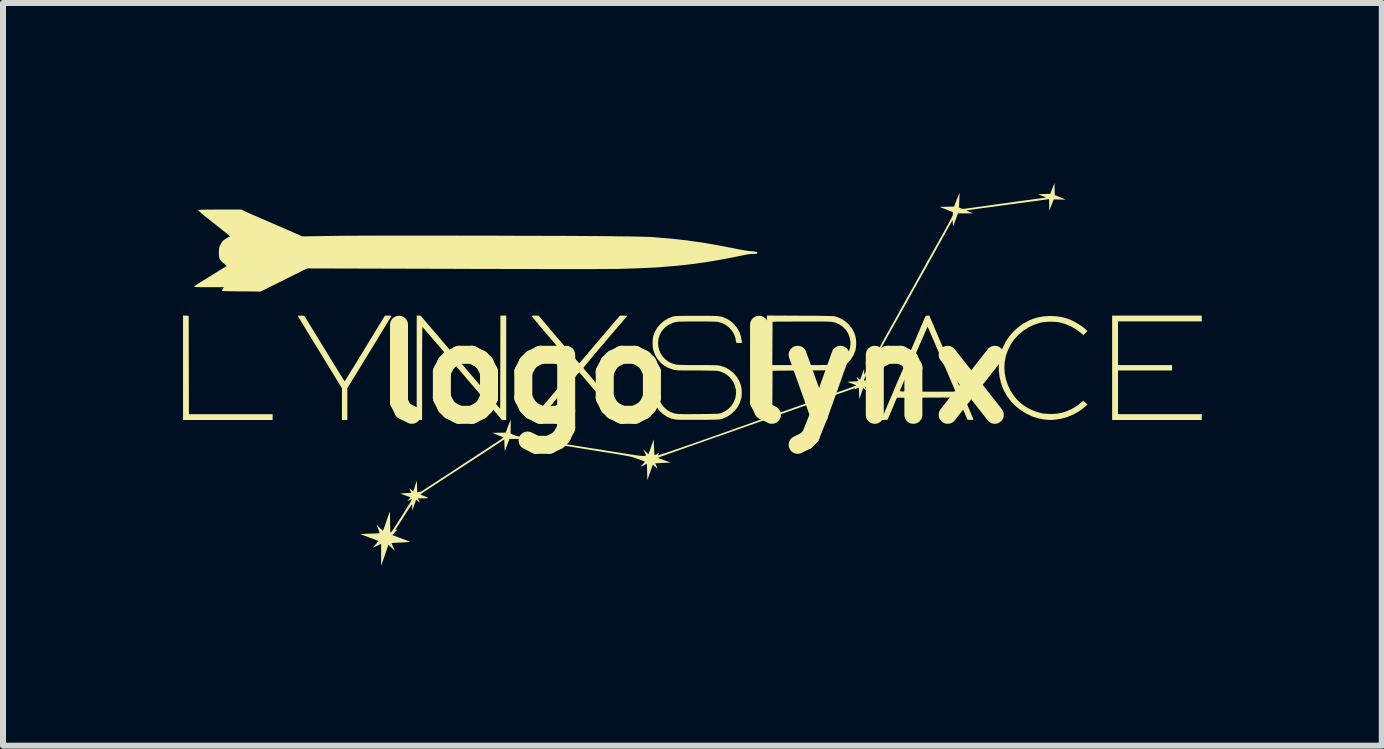
<source format=kicad_pcb>
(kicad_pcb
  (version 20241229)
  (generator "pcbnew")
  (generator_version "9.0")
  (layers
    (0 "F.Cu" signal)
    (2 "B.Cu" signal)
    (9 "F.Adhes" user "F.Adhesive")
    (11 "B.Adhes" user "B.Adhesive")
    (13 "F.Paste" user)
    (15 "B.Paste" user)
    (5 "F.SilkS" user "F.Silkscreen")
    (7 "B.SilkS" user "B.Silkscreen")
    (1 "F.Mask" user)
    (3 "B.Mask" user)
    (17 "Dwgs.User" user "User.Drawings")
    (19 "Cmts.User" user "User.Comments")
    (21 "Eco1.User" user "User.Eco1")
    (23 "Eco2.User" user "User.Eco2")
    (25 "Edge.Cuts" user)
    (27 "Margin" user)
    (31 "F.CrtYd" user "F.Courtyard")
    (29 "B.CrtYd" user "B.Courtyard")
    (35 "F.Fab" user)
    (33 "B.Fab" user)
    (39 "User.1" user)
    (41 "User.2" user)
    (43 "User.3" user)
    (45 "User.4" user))
  (footprint "logo lynx"
    (layer "F.Cu")
    (at 8.492 3.184)
    (property "Reference" "logo lynx" (at 0 0 0) (layer "F.SilkS") (effects (font (size 1.5 1.5) (thickness 0.3))))
    (attr board_only exclude_from_pos_files exclude_from_bom)
    (fp_poly (pts (xy -8.445 -0.974) (xy -8.398 -0.971) (xy -8.396 -0.152) (xy -8.394 0.668) (xy -7.696 0.668) (xy -6.999 0.668) (xy -6.999 0.716) (xy -6.999 0.765) (xy -7.745 0.765) (xy -8.492 0.765) (xy -8.492 -0.105) (xy -8.492 -0.976)) (stroke (width 0) (type solid)) (fill yes) (layer "F.SilkS"))
    (fp_poly (pts (xy 8.484 -0.926) (xy 8.484 -0.878) (xy 7.787 -0.878) (xy 7.089 -0.878) (xy 7.089 -0.514) (xy 7.089 -0.15) (xy 7.539 -0.15) (xy 7.989 -0.15) (xy 7.989 -0.105) (xy 7.989 -0.06) (xy 7.539 -0.06) (xy 7.089 -0.06) (xy 7.089 0.304) (xy 7.089 0.668) (xy 7.787 0.668) (xy 8.484 0.668) (xy 8.484 0.716) (xy 8.484 0.765) (xy 7.738 0.765) (xy 6.991 0.765) (xy 6.991 -0.105) (xy 6.991 -0.975) (xy 7.738 -0.975) (xy 8.484 -0.975)) (stroke (width 0) (type solid)) (fill yes) (layer "F.SilkS"))
    (fp_poly (pts (xy -4.234 -0.624) (xy -4.176 -0.555) (xy -4.109 -0.477) (xy -4.036 -0.392) (xy -3.959 -0.302) (xy -3.88 -0.209) (xy -3.8 -0.115) (xy -3.722 -0.023) (xy -3.646 0.065) (xy -3.577 0.147) (xy -3.571 0.153) (xy -3.207 0.58) (xy -3.205 -0.198) (xy -3.203 -0.975) (xy -3.154 -0.975) (xy -3.106 -0.975) (xy -3.106 -0.105) (xy -3.106 0.766) (xy -3.142 0.764) (xy -3.179 0.761) (xy -3.384 0.521) (xy -3.507 0.376) (xy -3.625 0.238) (xy -3.737 0.108) (xy -3.841 -0.015) (xy -3.94 -0.13) (xy -4.031 -0.237) (xy -4.114 -0.335) (xy -4.191 -0.424) (xy -4.259 -0.504) (xy -4.32 -0.574) (xy -4.372 -0.635) (xy -4.416 -0.686) (xy -4.451 -0.727) (xy -4.477 -0.757) (xy -4.494 -0.776) (xy -4.501 -0.784) (xy -4.501 -0.784) (xy -4.503 -0.778) (xy -4.504 -0.756) (xy -4.505 -0.721) (xy -4.505 -0.673) (xy -4.506 -0.611) (xy -4.507 -0.537) (xy -4.507 -0.451) (xy -4.508 -0.354) (xy -4.508 -0.245) (xy -4.508 -0.127) (xy -4.508 -0.012) (xy -4.508 0.765) (xy -4.553 0.765) (xy -4.598 0.765) (xy -4.598 -0.105) (xy -4.598 -0.975) (xy -4.566 -0.975) (xy -4.534 -0.975)) (stroke (width 0) (type solid)) (fill yes) (layer "F.SilkS"))
    (fp_poly (pts (xy -5.042 -0.974) (xy -5.026 -0.972) (xy -5.02 -0.968) (xy -5.02 -0.966) (xy -5.025 -0.958) (xy -5.036 -0.939) (xy -5.055 -0.908) (xy -5.079 -0.868) (xy -5.11 -0.818) (xy -5.145 -0.76) (xy -5.185 -0.695) (xy -5.229 -0.623) (xy -5.276 -0.545) (xy -5.326 -0.463) (xy -5.378 -0.378) (xy -5.389 -0.361) (xy -5.754 0.235) (xy -5.754 0.5) (xy -5.754 0.765) (xy -5.799 0.765) (xy -5.844 0.765) (xy -5.844 0.501) (xy -5.844 0.236) (xy -6.208 -0.36) (xy -6.261 -0.446) (xy -6.312 -0.529) (xy -6.36 -0.607) (xy -6.404 -0.68) (xy -6.445 -0.747) (xy -6.481 -0.807) (xy -6.512 -0.858) (xy -6.538 -0.901) (xy -6.558 -0.933) (xy -6.571 -0.955) (xy -6.577 -0.965) (xy -6.577 -0.966) (xy -6.576 -0.971) (xy -6.566 -0.974) (xy -6.545 -0.974) (xy -6.526 -0.974) (xy -6.471 -0.971) (xy -6.137 -0.426) (xy -6.086 -0.343) (xy -6.038 -0.265) (xy -5.993 -0.191) (xy -5.951 -0.123) (xy -5.913 -0.061) (xy -5.879 -0.007) (xy -5.85 0.039) (xy -5.828 0.076) (xy -5.811 0.102) (xy -5.801 0.117) (xy -5.799 0.12) (xy -5.794 0.114) (xy -5.783 0.096) (xy -5.765 0.066) (xy -5.74 0.027) (xy -5.71 -0.021) (xy -5.676 -0.077) (xy -5.636 -0.141) (xy -5.593 -0.211) (xy -5.547 -0.286) (xy -5.498 -0.366) (xy -5.461 -0.428) (xy -5.127 -0.975) (xy -5.072 -0.975)) (stroke (width 0) (type solid)) (fill yes) (layer "F.SilkS"))
    (fp_poly (pts (xy 6.053 -0.965) (xy 6.149 -0.951) (xy 6.238 -0.927) (xy 6.293 -0.906) (xy 6.351 -0.878) (xy 6.41 -0.846) (xy 6.465 -0.811) (xy 6.514 -0.776) (xy 6.552 -0.743) (xy 6.562 -0.734) (xy 6.579 -0.716) (xy 6.545 -0.683) (xy 6.512 -0.65) (xy 6.472 -0.684) (xy 6.388 -0.747) (xy 6.296 -0.799) (xy 6.2 -0.838) (xy 6.121 -0.86) (xy 6.054 -0.87) (xy 5.98 -0.873) (xy 5.904 -0.871) (xy 5.832 -0.863) (xy 5.782 -0.853) (xy 5.683 -0.82) (xy 5.593 -0.777) (xy 5.509 -0.722) (xy 5.43 -0.655) (xy 5.358 -0.576) (xy 5.299 -0.49) (xy 5.254 -0.399) (xy 5.221 -0.305) (xy 5.201 -0.207) (xy 5.195 -0.108) (xy 5.202 -0.008) (xy 5.222 0.091) (xy 5.255 0.188) (xy 5.301 0.282) (xy 5.361 0.372) (xy 5.393 0.411) (xy 5.456 0.475) (xy 5.531 0.532) (xy 5.615 0.581) (xy 5.706 0.621) (xy 5.8 0.649) (xy 5.802 0.65) (xy 5.85 0.658) (xy 5.906 0.662) (xy 5.968 0.664) (xy 6.029 0.663) (xy 6.084 0.658) (xy 6.129 0.65) (xy 6.227 0.621) (xy 6.319 0.58) (xy 6.404 0.53) (xy 6.472 0.476) (xy 6.508 0.444) (xy 6.545 0.476) (xy 6.581 0.507) (xy 6.533 0.549) (xy 6.447 0.615) (xy 6.352 0.67) (xy 6.25 0.713) (xy 6.144 0.743) (xy 6.054 0.757) (xy 6.008 0.762) (xy 5.971 0.764) (xy 5.936 0.763) (xy 5.896 0.76) (xy 5.87 0.758) (xy 5.764 0.739) (xy 5.662 0.707) (xy 5.564 0.661) (xy 5.471 0.604) (xy 5.386 0.537) (xy 5.31 0.46) (xy 5.244 0.374) (xy 5.19 0.28) (xy 5.179 0.258) (xy 5.142 0.161) (xy 5.117 0.057) (xy 5.103 -0.049) (xy 5.101 -0.109) (xy 5.108 -0.22) (xy 5.13 -0.328) (xy 5.164 -0.431) (xy 5.211 -0.529) (xy 5.27 -0.62) (xy 5.34 -0.703) (xy 5.421 -0.777) (xy 5.51 -0.841) (xy 5.609 -0.895) (xy 5.669 -0.92) (xy 5.757 -0.946) (xy 5.853 -0.962) (xy 5.952 -0.969)) (stroke (width 0) (type solid)) (fill yes) (layer "F.SilkS"))
    (fp_poly (pts (xy 4.31 -0.118) (xy 4.356 -0.01) (xy 4.4 0.094) (xy 4.442 0.193) (xy 4.483 0.287) (xy 4.52 0.375) (xy 4.554 0.456) (xy 4.585 0.529) (xy 4.612 0.593) (xy 4.635 0.648) (xy 4.654 0.692) (xy 4.668 0.724) (xy 4.676 0.745) (xy 4.679 0.752) (xy 4.68 0.759) (xy 4.674 0.763) (xy 4.66 0.764) (xy 4.634 0.764) (xy 4.632 0.764) (xy 4.581 0.761) (xy 4.502 0.576) (xy 4.424 0.39) (xy 3.914 0.392) (xy 3.404 0.394) (xy 3.327 0.578) (xy 3.249 0.761) (xy 3.196 0.764) (xy 3.144 0.766) (xy 3.155 0.737) (xy 3.164 0.718) (xy 3.177 0.686) (xy 3.195 0.643) (xy 3.217 0.591) (xy 3.243 0.53) (xy 3.272 0.461) (xy 3.304 0.386) (xy 3.339 0.305) (xy 3.348 0.283) (xy 3.453 0.283) (xy 3.455 0.285) (xy 3.463 0.287) (xy 3.479 0.288) (xy 3.502 0.289) (xy 3.535 0.29) (xy 3.578 0.291) (xy 3.631 0.292) (xy 3.697 0.292) (xy 3.775 0.292) (xy 3.867 0.293) (xy 3.915 0.293) (xy 4.381 0.293) (xy 4.371 0.268) (xy 4.344 0.206) (xy 4.315 0.138) (xy 4.284 0.065) (xy 4.251 -0.012) (xy 4.218 -0.091) (xy 4.183 -0.171) (xy 4.149 -0.251) (xy 4.115 -0.33) (xy 4.082 -0.407) (xy 4.051 -0.479) (xy 4.022 -0.547) (xy 3.995 -0.609) (xy 3.971 -0.664) (xy 3.951 -0.711) (xy 3.935 -0.747) (xy 3.924 -0.773) (xy 3.918 -0.787) (xy 3.917 -0.789) (xy 3.913 -0.783) (xy 3.904 -0.765) (xy 3.891 -0.735) (xy 3.873 -0.695) (xy 3.852 -0.646) (xy 3.827 -0.59) (xy 3.8 -0.528) (xy 3.77 -0.46) (xy 3.74 -0.389) (xy 3.708 -0.316) (xy 3.676 -0.241) (xy 3.644 -0.167) (xy 3.612 -0.094) (xy 3.582 -0.023) (xy 3.553 0.043) (xy 3.527 0.105) (xy 3.504 0.16) (xy 3.484 0.207) (xy 3.468 0.245) (xy 3.457 0.273) (xy 3.453 0.283) (xy 3.348 0.283) (xy 3.375 0.219) (xy 3.413 0.129) (xy 3.453 0.037) (xy 3.493 -0.056) (xy 3.533 -0.151) (xy 3.573 -0.244) (xy 3.612 -0.337) (xy 3.65 -0.426) (xy 3.687 -0.513) (xy 3.722 -0.594) (xy 3.754 -0.671) (xy 3.784 -0.74) (xy 3.81 -0.802) (xy 3.833 -0.855) (xy 3.852 -0.899) (xy 3.866 -0.932) (xy 3.875 -0.953) (xy 3.879 -0.961) (xy 3.879 -0.961) (xy 3.891 -0.972) (xy 3.913 -0.975) (xy 3.915 -0.975) (xy 3.944 -0.975)) (stroke (width 0) (type solid)) (fill yes) (layer "F.SilkS"))
    (fp_poly (pts (xy -2.231 -0.578) (xy -2.174 -0.512) (xy -2.121 -0.449) (xy -2.071 -0.39) (xy -2.026 -0.337) (xy -1.986 -0.29) (xy -1.952 -0.251) (xy -1.924 -0.219) (xy -1.904 -0.196) (xy -1.893 -0.184) (xy -1.89 -0.181) (xy -1.885 -0.186) (xy -1.871 -0.202) (xy -1.85 -0.225) (xy -1.825 -0.254) (xy -1.796 -0.288) (xy -1.793 -0.292) (xy -1.769 -0.32) (xy -1.736 -0.359) (xy -1.697 -0.405) (xy -1.652 -0.458) (xy -1.603 -0.515) (xy -1.552 -0.575) (xy -1.5 -0.636) (xy -1.455 -0.689) (xy -1.211 -0.975) (xy -1.149 -0.975) (xy -1.118 -0.975) (xy -1.101 -0.974) (xy -1.093 -0.971) (xy -1.093 -0.967) (xy -1.096 -0.962) (xy -1.103 -0.955) (xy -1.118 -0.936) (xy -1.142 -0.909) (xy -1.173 -0.872) (xy -1.21 -0.828) (xy -1.254 -0.778) (xy -1.302 -0.721) (xy -1.355 -0.659) (xy -1.411 -0.594) (xy -1.465 -0.53) (xy -1.523 -0.462) (xy -1.579 -0.397) (xy -1.63 -0.336) (xy -1.677 -0.28) (xy -1.718 -0.23) (xy -1.754 -0.187) (xy -1.783 -0.152) (xy -1.804 -0.126) (xy -1.817 -0.109) (xy -1.82 -0.102) (xy -1.814 -0.094) (xy -1.801 -0.076) (xy -1.781 -0.052) (xy -1.756 -0.023) (xy -1.746 -0.011) (xy -1.728 0.01) (xy -1.701 0.041) (xy -1.667 0.081) (xy -1.627 0.129) (xy -1.581 0.182) (xy -1.532 0.24) (xy -1.48 0.302) (xy -1.426 0.365) (xy -1.392 0.405) (xy -1.34 0.466) (xy -1.291 0.524) (xy -1.245 0.578) (xy -1.204 0.626) (xy -1.168 0.668) (xy -1.139 0.703) (xy -1.116 0.729) (xy -1.102 0.746) (xy -1.097 0.752) (xy -1.092 0.758) (xy -1.094 0.762) (xy -1.104 0.764) (xy -1.124 0.765) (xy -1.148 0.765) (xy -1.212 0.765) (xy -1.455 0.479) (xy -1.507 0.418) (xy -1.559 0.357) (xy -1.61 0.297) (xy -1.658 0.24) (xy -1.702 0.188) (xy -1.741 0.143) (xy -1.772 0.106) (xy -1.793 0.082) (xy -1.822 0.047) (xy -1.848 0.017) (xy -1.869 -0.006) (xy -1.884 -0.022) (xy -1.89 -0.029) (xy -1.89 -0.029) (xy -1.896 -0.023) (xy -1.91 -0.007) (xy -1.932 0.018) (xy -1.962 0.053) (xy -1.998 0.095) (xy -2.04 0.144) (xy -2.087 0.199) (xy -2.138 0.259) (xy -2.192 0.323) (xy -2.23 0.368) (xy -2.567 0.765) (xy -2.627 0.765) (xy -2.654 0.764) (xy -2.674 0.762) (xy -2.684 0.759) (xy -2.684 0.758) (xy -2.679 0.752) (xy -2.665 0.735) (xy -2.643 0.708) (xy -2.613 0.672) (xy -2.577 0.629) (xy -2.534 0.579) (xy -2.487 0.522) (xy -2.435 0.461) (xy -2.38 0.396) (xy -2.322 0.327) (xy -2.263 0.258) (xy -2.208 0.193) (xy -2.157 0.131) (xy -2.109 0.075) (xy -2.067 0.024) (xy -2.031 -0.019) (xy -2.002 -0.055) (xy -1.98 -0.082) (xy -1.966 -0.1) (xy -1.962 -0.107) (xy -1.966 -0.114) (xy -1.98 -0.132) (xy -2.002 -0.159) (xy -2.032 -0.195) (xy -2.068 -0.238) (xy -2.11 -0.288) (xy -2.157 -0.345) (xy -2.209 -0.406) (xy -2.265 -0.471) (xy -2.322 -0.539) (xy -2.38 -0.607) (xy -2.436 -0.672) (xy -2.487 -0.733) (xy -2.535 -0.789) (xy -2.577 -0.839) (xy -2.613 -0.883) (xy -2.643 -0.918) (xy -2.665 -0.945) (xy -2.679 -0.962) (xy -2.684 -0.968) (xy -2.679 -0.972) (xy -2.661 -0.974) (xy -2.633 -0.975) (xy -2.627 -0.975) (xy -2.567 -0.975)) (stroke (width 0) (type solid)) (fill yes) (layer "F.SilkS"))
    (fp_poly (pts (xy 0.228 -0.971) (xy 0.29 -0.971) (xy 0.341 -0.97) (xy 0.383 -0.968) (xy 0.418 -0.966) (xy 0.447 -0.963) (xy 0.471 -0.959) (xy 0.492 -0.954) (xy 0.511 -0.947) (xy 0.53 -0.939) (xy 0.551 -0.93) (xy 0.561 -0.925) (xy 0.631 -0.884) (xy 0.691 -0.832) (xy 0.741 -0.77) (xy 0.78 -0.701) (xy 0.806 -0.624) (xy 0.816 -0.568) (xy 0.822 -0.518) (xy 0.775 -0.518) (xy 0.752 -0.518) (xy 0.737 -0.52) (xy 0.728 -0.527) (xy 0.723 -0.541) (xy 0.719 -0.566) (xy 0.716 -0.585) (xy 0.711 -0.609) (xy 0.7 -0.64) (xy 0.687 -0.67) (xy 0.687 -0.671) (xy 0.651 -0.729) (xy 0.603 -0.78) (xy 0.547 -0.822) (xy 0.485 -0.853) (xy 0.42 -0.87) (xy 0.399 -0.872) (xy 0.366 -0.874) (xy 0.322 -0.875) (xy 0.269 -0.876) (xy 0.21 -0.877) (xy 0.146 -0.877) (xy 0.08 -0.877) (xy 0.013 -0.877) (xy -0.051 -0.877) (xy -0.111 -0.876) (xy -0.165 -0.875) (xy -0.21 -0.874) (xy -0.245 -0.872) (xy -0.268 -0.87) (xy -0.27 -0.87) (xy -0.33 -0.854) (xy -0.39 -0.827) (xy -0.445 -0.79) (xy -0.474 -0.764) (xy -0.519 -0.709) (xy -0.55 -0.649) (xy -0.569 -0.586) (xy -0.576 -0.522) (xy -0.571 -0.458) (xy -0.555 -0.396) (xy -0.529 -0.338) (xy -0.492 -0.284) (xy -0.446 -0.238) (xy -0.391 -0.2) (xy -0.327 -0.172) (xy -0.286 -0.161) (xy -0.27 -0.158) (xy -0.248 -0.156) (xy -0.219 -0.154) (xy -0.182 -0.153) (xy -0.135 -0.152) (xy -0.078 -0.151) (xy -0.009 -0.15) (xy 0.074 -0.15) (xy 0.091 -0.15) (xy 0.17 -0.15) (xy 0.236 -0.15) (xy 0.291 -0.15) (xy 0.335 -0.149) (xy 0.37 -0.148) (xy 0.398 -0.147) (xy 0.42 -0.145) (xy 0.439 -0.143) (xy 0.454 -0.14) (xy 0.47 -0.137) (xy 0.476 -0.135) (xy 0.55 -0.109) (xy 0.619 -0.069) (xy 0.68 -0.019) (xy 0.732 0.041) (xy 0.774 0.108) (xy 0.803 0.182) (xy 0.806 0.194) (xy 0.815 0.241) (xy 0.819 0.294) (xy 0.818 0.348) (xy 0.813 0.395) (xy 0.81 0.406) (xy 0.785 0.482) (xy 0.748 0.552) (xy 0.698 0.614) (xy 0.638 0.669) (xy 0.569 0.713) (xy 0.491 0.746) (xy 0.488 0.747) (xy 0.477 0.75) (xy 0.464 0.753) (xy 0.448 0.755) (xy 0.428 0.757) (xy 0.401 0.758) (xy 0.367 0.759) (xy 0.325 0.76) (xy 0.272 0.761) (xy 0.208 0.762) (xy 0.13 0.762) (xy 0.101 0.762) (xy 0.029 0.762) (xy -0.039 0.762) (xy -0.103 0.762) (xy -0.159 0.762) (xy -0.208 0.761) (xy -0.245 0.76) (xy -0.271 0.759) (xy -0.282 0.758) (xy -0.359 0.74) (xy -0.43 0.709) (xy -0.495 0.665) (xy -0.537 0.627) (xy -0.583 0.573) (xy -0.62 0.513) (xy -0.647 0.449) (xy -0.664 0.385) (xy -0.668 0.337) (xy -0.668 0.308) (xy -0.624 0.308) (xy -0.581 0.308) (xy -0.571 0.363) (xy -0.552 0.432) (xy -0.521 0.495) (xy -0.478 0.551) (xy -0.427 0.597) (xy -0.367 0.633) (xy -0.3 0.656) (xy -0.296 0.657) (xy -0.282 0.659) (xy -0.264 0.662) (xy -0.243 0.664) (xy -0.217 0.665) (xy -0.184 0.666) (xy -0.143 0.667) (xy -0.092 0.667) (xy -0.03 0.667) (xy 0.044 0.666) (xy 0.098 0.666) (xy 0.179 0.665) (xy 0.246 0.665) (xy 0.301 0.664) (xy 0.345 0.663) (xy 0.38 0.662) (xy 0.408 0.661) (xy 0.429 0.659) (xy 0.445 0.657) (xy 0.458 0.655) (xy 0.469 0.652) (xy 0.48 0.648) (xy 0.482 0.647) (xy 0.548 0.615) (xy 0.605 0.572) (xy 0.652 0.521) (xy 0.688 0.462) (xy 0.712 0.398) (xy 0.723 0.33) (xy 0.721 0.26) (xy 0.707 0.199) (xy 0.68 0.134) (xy 0.641 0.077) (xy 0.591 0.027) (xy 0.534 -0.012) (xy 0.471 -0.04) (xy 0.42 -0.052) (xy 0.402 -0.054) (xy 0.37 -0.056) (xy 0.327 -0.057) (xy 0.275 -0.058) (xy 0.215 -0.059) (xy 0.148 -0.06) (xy 0.078 -0.06) (xy 0.052 -0.06) (xy -0.027 -0.06) (xy -0.092 -0.06) (xy -0.146 -0.061) (xy -0.189 -0.061) (xy -0.224 -0.062) (xy -0.251 -0.064) (xy -0.273 -0.065) (xy -0.291 -0.068) (xy -0.307 -0.07) (xy -0.322 -0.074) (xy -0.324 -0.075) (xy -0.404 -0.102) (xy -0.475 -0.142) (xy -0.536 -0.192) (xy -0.587 -0.253) (xy -0.628 -0.323) (xy -0.655 -0.402) (xy -0.656 -0.403) (xy -0.663 -0.443) (xy -0.667 -0.492) (xy -0.667 -0.543) (xy -0.663 -0.591) (xy -0.657 -0.63) (xy -0.629 -0.705) (xy -0.589 -0.774) (xy -0.537 -0.835) (xy -0.476 -0.887) (xy -0.406 -0.929) (xy -0.338 -0.956) (xy -0.326 -0.959) (xy -0.314 -0.962) (xy -0.299 -0.965) (xy -0.282 -0.966) (xy -0.26 -0.968) (xy -0.232 -0.969) (xy -0.196 -0.97) (xy -0.152 -0.97) (xy -0.097 -0.971) (xy -0.03 -0.971) (xy 0.05 -0.971) (xy 0.068 -0.971) (xy 0.155 -0.971)) (stroke (width 0) (type solid)) (fill yes) (layer "F.SilkS"))
    (fp_poly (pts (xy -7.471 -2.718) (xy -7.438 -2.702) (xy -7.399 -2.685) (xy -7.37 -2.672) (xy -7.345 -2.661) (xy -7.311 -2.646) (xy -7.269 -2.628) (xy -7.225 -2.609) (xy -7.194 -2.596) (xy -7.137 -2.571) (xy -7.09 -2.55) (xy -7.047 -2.532) (xy -7.005 -2.513) (xy -6.96 -2.494) (xy -6.913 -2.473) (xy -6.857 -2.449) (xy -6.799 -2.424) (xy -6.741 -2.399) (xy -6.685 -2.375) (xy -6.636 -2.353) (xy -6.594 -2.335) (xy -6.564 -2.322) (xy -6.563 -2.321) (xy -6.506 -2.295) (xy -5.97 -2.303) (xy -5.899 -2.304) (xy -5.813 -2.305) (xy -5.713 -2.306) (xy -5.6 -2.306) (xy -5.473 -2.307) (xy -5.334 -2.307) (xy -5.184 -2.308) (xy -5.021 -2.308) (xy -4.848 -2.308) (xy -4.664 -2.308) (xy -4.47 -2.308) (xy -4.266 -2.308) (xy -4.054 -2.308) (xy -3.833 -2.307) (xy -3.604 -2.307) (xy -3.443 -2.307) (xy -3.186 -2.306) (xy -2.944 -2.305) (xy -2.717 -2.305) (xy -2.503 -2.304) (xy -2.302 -2.303) (xy -2.115 -2.303) (xy -1.941 -2.302) (xy -1.78 -2.301) (xy -1.63 -2.3) (xy -1.492 -2.299) (xy -1.366 -2.298) (xy -1.251 -2.296) (xy -1.146 -2.295) (xy -1.052 -2.294) (xy -0.968 -2.292) (xy -0.893 -2.291) (xy -0.828 -2.289) (xy -0.772 -2.288) (xy -0.724 -2.286) (xy -0.685 -2.284) (xy -0.653 -2.282) (xy -0.634 -2.28) (xy -0.595 -2.277) (xy -0.548 -2.273) (xy -0.499 -2.268) (xy -0.461 -2.266) (xy -0.337 -2.255) (xy -0.216 -2.242) (xy -0.104 -2.229) (xy -0.019 -2.217) (xy 0.022 -2.211) (xy 0.066 -2.205) (xy 0.105 -2.199) (xy 0.116 -2.198) (xy 0.153 -2.193) (xy 0.201 -2.185) (xy 0.261 -2.175) (xy 0.329 -2.163) (xy 0.403 -2.15) (xy 0.481 -2.135) (xy 0.561 -2.12) (xy 0.642 -2.105) (xy 0.72 -2.089) (xy 0.78 -2.077) (xy 0.829 -2.068) (xy 0.882 -2.059) (xy 0.933 -2.052) (xy 0.976 -2.048) (xy 0.978 -2.048) (xy 1.021 -2.044) (xy 1.051 -2.04) (xy 1.069 -2.035) (xy 1.078 -2.028) (xy 1.079 -2.019) (xy 1.078 -2.015) (xy 1.072 -2.009) (xy 1.06 -2.005) (xy 1.038 -2.003) (xy 1.011 -2.003) (xy 0.967 -2.001) (xy 0.914 -1.994) (xy 0.859 -1.984) (xy 0.676 -1.946) (xy 0.504 -1.913) (xy 0.342 -1.885) (xy 0.188 -1.86) (xy 0.037 -1.839) (xy -0.111 -1.821) (xy -0.259 -1.806) (xy -0.323 -1.8) (xy -0.37 -1.796) (xy -0.423 -1.792) (xy -0.474 -1.788) (xy -0.503 -1.785) (xy -0.568 -1.78) (xy -0.646 -1.775) (xy -0.738 -1.771) (xy -0.843 -1.766) (xy -0.963 -1.762) (xy -1.097 -1.757) (xy -1.166 -1.755) (xy -1.2 -1.754) (xy -1.241 -1.753) (xy -1.29 -1.753) (xy -1.347 -1.752) (xy -1.413 -1.752) (xy -1.487 -1.751) (xy -1.571 -1.751) (xy -1.665 -1.75) (xy -1.769 -1.75) (xy -1.883 -1.75) (xy -2.008 -1.75) (xy -2.144 -1.75) (xy -2.292 -1.75) (xy -2.452 -1.75) (xy -2.624 -1.751) (xy -2.809 -1.751) (xy -3.007 -1.751) (xy -3.219 -1.752) (xy -3.444 -1.752) (xy -3.684 -1.753) (xy -3.938 -1.754) (xy -3.938 -1.754) (xy -6.425 -1.761) (xy -6.813 -1.567) (xy -6.884 -1.532) (xy -6.95 -1.498) (xy -7.012 -1.468) (xy -7.067 -1.441) (xy -7.114 -1.417) (xy -7.152 -1.398) (xy -7.181 -1.385) (xy -7.198 -1.377) (xy -7.203 -1.375) (xy -7.211 -1.375) (xy -7.232 -1.375) (xy -7.265 -1.376) (xy -7.308 -1.377) (xy -7.361 -1.377) (xy -7.42 -1.378) (xy -7.485 -1.378) (xy -7.526 -1.378) (xy -7.594 -1.379) (xy -7.656 -1.38) (xy -7.713 -1.381) (xy -7.761 -1.382) (xy -7.8 -1.383) (xy -7.828 -1.385) (xy -7.844 -1.386) (xy -7.847 -1.387) (xy -7.843 -1.396) (xy -7.833 -1.413) (xy -7.828 -1.42) (xy -7.809 -1.448) (xy -8.057 -1.448) (xy -8.126 -1.448) (xy -8.182 -1.448) (xy -8.226 -1.449) (xy -8.258 -1.45) (xy -8.281 -1.451) (xy -8.295 -1.453) (xy -8.303 -1.455) (xy -8.304 -1.458) (xy -8.298 -1.465) (xy -8.282 -1.478) (xy -8.257 -1.496) (xy -8.227 -1.515) (xy -8.227 -1.515) (xy -8.193 -1.536) (xy -8.15 -1.563) (xy -8.104 -1.591) (xy -8.059 -1.619) (xy -8.042 -1.63) (xy -7.998 -1.657) (xy -7.951 -1.686) (xy -7.906 -1.714) (xy -7.867 -1.739) (xy -7.854 -1.746) (xy -7.823 -1.766) (xy -7.797 -1.782) (xy -7.778 -1.794) (xy -7.769 -1.8) (xy -7.769 -1.801) (xy -7.772 -1.807) (xy -7.784 -1.82) (xy -7.804 -1.838) (xy -7.812 -1.844) (xy -7.846 -1.873) (xy -7.869 -1.9) (xy -7.884 -1.928) (xy -7.892 -1.961) (xy -7.895 -2.005) (xy -7.895 -2.025) (xy -7.894 -2.064) (xy -7.892 -2.092) (xy -7.887 -2.114) (xy -7.88 -2.135) (xy -7.875 -2.145) (xy -7.85 -2.192) (xy -7.82 -2.227) (xy -7.782 -2.254) (xy -7.778 -2.256) (xy -7.758 -2.268) (xy -7.745 -2.278) (xy -7.742 -2.282) (xy -7.735 -2.287) (xy -7.727 -2.288) (xy -7.714 -2.291) (xy -7.712 -2.294) (xy -7.712 -2.296) (xy -7.713 -2.298) (xy -7.716 -2.301) (xy -7.721 -2.307) (xy -7.73 -2.314) (xy -7.742 -2.325) (xy -7.76 -2.339) (xy -7.783 -2.358) (xy -7.813 -2.382) (xy -7.85 -2.412) (xy -7.895 -2.448) (xy -7.949 -2.491) (xy -8.013 -2.541) (xy -8.087 -2.6) (xy -8.142 -2.643) (xy -8.175 -2.67) (xy -8.203 -2.695) (xy -8.225 -2.714) (xy -8.239 -2.728) (xy -8.242 -2.734) (xy -8.236 -2.736) (xy -8.219 -2.737) (xy -8.191 -2.739) (xy -8.15 -2.74) (xy -8.097 -2.741) (xy -8.031 -2.741) (xy -7.95 -2.742) (xy -7.88 -2.742) (xy -7.52 -2.742)) (stroke (width 0) (type solid)) (fill yes) (layer "F.SilkS"))
    (fp_poly (pts (xy 6.032 -3.084) (xy 6.035 -2.983) (xy 6.124 -2.947) (xy 6.158 -2.933) (xy 6.186 -2.922) (xy 6.206 -2.913) (xy 6.215 -2.909) (xy 6.215 -2.909) (xy 6.209 -2.908) (xy 6.191 -2.908) (xy 6.162 -2.908) (xy 6.127 -2.909) (xy 6.118 -2.909) (xy 6.018 -2.912) (xy 5.98 -2.815) (xy 5.942 -2.719) (xy 5.942 -2.819) (xy 5.941 -2.859) (xy 5.941 -2.887) (xy 5.939 -2.904) (xy 5.937 -2.913) (xy 5.933 -2.916) (xy 5.926 -2.915) (xy 5.924 -2.915) (xy 5.918 -2.914) (xy 5.911 -2.912) (xy 5.903 -2.911) (xy 5.891 -2.909) (xy 5.876 -2.907) (xy 5.855 -2.904) (xy 5.83 -2.9) (xy 5.797 -2.896) (xy 5.757 -2.89) (xy 5.709 -2.884) (xy 5.651 -2.876) (xy 5.582 -2.867) (xy 5.503 -2.856) (xy 5.411 -2.844) (xy 5.306 -2.83) (xy 5.21 -2.817) (xy 5.114 -2.804) (xy 5.021 -2.791) (xy 4.935 -2.779) (xy 4.854 -2.769) (xy 4.781 -2.759) (xy 4.717 -2.75) (xy 4.663 -2.742) (xy 4.619 -2.736) (xy 4.587 -2.731) (xy 4.568 -2.729) (xy 4.563 -2.728) (xy 4.568 -2.724) (xy 4.584 -2.716) (xy 4.608 -2.705) (xy 4.615 -2.702) (xy 4.67 -2.679) (xy 4.546 -2.678) (xy 4.422 -2.678) (xy 4.381 -2.568) (xy 4.34 -2.459) (xy 4.336 -2.514) (xy 4.332 -2.569) (xy 4.13 -2.205) (xy 4.098 -2.148) (xy 4.06 -2.079) (xy 4.015 -1.999) (xy 3.965 -1.909) (xy 3.911 -1.811) (xy 3.853 -1.707) (xy 3.791 -1.597) (xy 3.727 -1.482) (xy 3.661 -1.364) (xy 3.594 -1.243) (xy 3.527 -1.122) (xy 3.459 -1.002) (xy 3.393 -0.883) (xy 3.328 -0.767) (xy 3.265 -0.655) (xy 3.206 -0.548) (xy 3.15 -0.448) (xy 3.098 -0.355) (xy 3.051 -0.272) (xy 3.01 -0.198) (xy 2.975 -0.137) (xy 2.968 -0.123) (xy 2.937 -0.067) (xy 2.91 -0.018) (xy 2.888 0.025) (xy 2.872 0.058) (xy 2.861 0.081) (xy 2.858 0.093) (xy 2.859 0.106) (xy 2.863 0.111) (xy 2.874 0.109) (xy 2.892 0.102) (xy 2.919 0.09) (xy 2.903 0.112) (xy 2.893 0.127) (xy 2.888 0.136) (xy 2.888 0.137) (xy 2.895 0.141) (xy 2.913 0.148) (xy 2.939 0.159) (xy 2.967 0.169) (xy 3.002 0.183) (xy 3.026 0.194) (xy 3.037 0.201) (xy 3.036 0.204) (xy 3.025 0.206) (xy 3.003 0.208) (xy 2.973 0.21) (xy 2.95 0.21) (xy 2.918 0.21) (xy 2.893 0.211) (xy 2.877 0.213) (xy 2.873 0.214) (xy 2.876 0.223) (xy 2.884 0.24) (xy 2.888 0.248) (xy 2.897 0.268) (xy 2.898 0.276) (xy 2.889 0.272) (xy 2.871 0.257) (xy 2.868 0.254) (xy 2.852 0.24) (xy 2.843 0.237) (xy 2.84 0.241) (xy 2.836 0.252) (xy 2.828 0.274) (xy 2.817 0.303) (xy 2.807 0.334) (xy 2.777 0.416) (xy 2.774 0.325) (xy 2.773 0.289) (xy 2.771 0.26) (xy 2.769 0.238) (xy 2.767 0.229) (xy 2.767 0.229) (xy 2.758 0.229) (xy 2.741 0.235) (xy 2.732 0.24) (xy 2.708 0.251) (xy 2.697 0.254) (xy 2.696 0.25) (xy 2.701 0.244) (xy 2.707 0.235) (xy 2.707 0.233) (xy 2.699 0.235) (xy 2.679 0.242) (xy 2.647 0.253) (xy 2.604 0.268) (xy 2.552 0.287) (xy 2.492 0.308) (xy 2.424 0.332) (xy 2.35 0.358) (xy 2.272 0.385) (xy 2.19 0.414) (xy 2.105 0.444) (xy 2.02 0.474) (xy 1.934 0.505) (xy 1.849 0.535) (xy 1.766 0.564) (xy 1.687 0.592) (xy 1.612 0.618) (xy 1.543 0.643) (xy 1.481 0.665) (xy 1.427 0.684) (xy 1.425 0.685) (xy 1.387 0.698) (xy 1.361 0.709) (xy 1.344 0.717) (xy 1.335 0.724) (xy 1.33 0.732) (xy 1.329 0.738) (xy 1.327 0.748) (xy 1.322 0.754) (xy 1.31 0.757) (xy 1.289 0.758) (xy 1.274 0.758) (xy 1.259 0.758) (xy 1.244 0.759) (xy 1.228 0.762) (xy 1.208 0.767) (xy 1.182 0.774) (xy 1.151 0.784) (xy 1.11 0.798) (xy 1.06 0.815) (xy 0.999 0.837) (xy 0.958 0.851) (xy 0.897 0.872) (xy 0.826 0.898) (xy 0.745 0.926) (xy 0.658 0.957) (xy 0.567 0.989) (xy 0.476 1.021) (xy 0.385 1.052) (xy 0.299 1.083) (xy 0.289 1.086) (xy 0.159 1.132) (xy 0.043 1.173) (xy -0.06 1.209) (xy -0.151 1.241) (xy -0.231 1.269) (xy -0.3 1.294) (xy -0.36 1.315) (xy -0.411 1.333) (xy -0.453 1.348) (xy -0.487 1.36) (xy -0.515 1.37) (xy -0.536 1.378) (xy -0.551 1.384) (xy -0.562 1.389) (xy -0.569 1.392) (xy -0.573 1.394) (xy -0.574 1.395) (xy -0.574 1.396) (xy -0.566 1.4) (xy -0.547 1.408) (xy -0.518 1.419) (xy -0.483 1.432) (xy -0.468 1.437) (xy -0.365 1.474) (xy -0.491 1.48) (xy -0.533 1.482) (xy -0.569 1.484) (xy -0.598 1.486) (xy -0.616 1.487) (xy -0.621 1.488) (xy -0.619 1.496) (xy -0.612 1.513) (xy -0.604 1.529) (xy -0.594 1.551) (xy -0.587 1.567) (xy -0.585 1.572) (xy -0.59 1.57) (xy -0.604 1.56) (xy -0.623 1.544) (xy -0.625 1.543) (xy -0.664 1.509) (xy -0.709 1.638) (xy -0.754 1.767) (xy -0.758 1.63) (xy -0.761 1.494) (xy -0.812 1.519) (xy -0.836 1.531) (xy -0.854 1.538) (xy -0.862 1.54) (xy -0.863 1.54) (xy -0.858 1.532) (xy -0.845 1.517) (xy -0.827 1.499) (xy -0.81 1.48) (xy -0.799 1.466) (xy -0.797 1.459) (xy -0.797 1.459) (xy -0.805 1.455) (xy -0.825 1.447) (xy -0.854 1.436) (xy -0.89 1.422) (xy -0.916 1.413) (xy -0.936 1.406) (xy -0.953 1.399) (xy -0.97 1.394) (xy -0.987 1.388) (xy -1.005 1.383) (xy -1.025 1.378) (xy -1.048 1.373) (xy -1.075 1.367) (xy -1.108 1.361) (xy -1.146 1.354) (xy -1.191 1.346) (xy -1.244 1.337) (xy -1.306 1.327) (xy -1.378 1.315) (xy -1.461 1.302) (xy -1.556 1.287) (xy -1.663 1.269) (xy -1.785 1.25) (xy -1.789 1.249) (xy -1.818 1.245) (xy -1.861 1.238) (xy -1.915 1.229) (xy -1.978 1.219) (xy -2.049 1.207) (xy -2.127 1.195) (xy -2.209 1.181) (xy -2.293 1.168) (xy -2.37 1.155) (xy -2.465 1.14) (xy -2.546 1.127) (xy -2.616 1.116) (xy -2.675 1.106) (xy -2.724 1.099) (xy -2.766 1.093) (xy -2.8 1.089) (xy -2.83 1.085) (xy -2.856 1.083) (xy -2.879 1.081) (xy -2.901 1.081) (xy -2.923 1.08) (xy -2.941 1.08) (xy -3.052 1.08) (xy -3.081 1.157) (xy -3.095 1.192) (xy -3.107 1.225) (xy -3.117 1.251) (xy -3.121 1.263) (xy -3.126 1.274) (xy -3.129 1.279) (xy -3.131 1.275) (xy -3.132 1.262) (xy -3.134 1.237) (xy -3.135 1.199) (xy -3.136 1.19) (xy -3.139 1.088) (xy -3.271 1.175) (xy -3.358 1.233) (xy -3.457 1.297) (xy -3.564 1.367) (xy -3.678 1.442) (xy -3.798 1.52) (xy -3.921 1.6) (xy -4.046 1.681) (xy -4.17 1.762) (xy -4.197 1.78) (xy -4.26 1.821) (xy -4.319 1.859) (xy -4.373 1.895) (xy -4.421 1.926) (xy -4.462 1.953) (xy -4.495 1.975) (xy -4.517 1.99) (xy -4.528 1.998) (xy -4.53 1.999) (xy -4.532 2.004) (xy -4.526 2.01) (xy -4.51 2.018) (xy -4.482 2.029) (xy -4.471 2.033) (xy -4.443 2.044) (xy -4.421 2.054) (xy -4.409 2.061) (xy -4.408 2.064) (xy -4.416 2.066) (xy -4.437 2.069) (xy -4.466 2.07) (xy -4.494 2.07) (xy -4.527 2.071) (xy -4.554 2.072) (xy -4.571 2.073) (xy -4.576 2.074) (xy -4.573 2.083) (xy -4.565 2.1) (xy -4.561 2.108) (xy -4.552 2.126) (xy -4.549 2.137) (xy -4.549 2.138) (xy -4.557 2.133) (xy -4.571 2.122) (xy -4.579 2.115) (xy -4.596 2.101) (xy -4.605 2.097) (xy -4.61 2.102) (xy -4.61 2.104) (xy -4.615 2.115) (xy -4.623 2.138) (xy -4.634 2.167) (xy -4.644 2.196) (xy -4.673 2.277) (xy -4.673 2.221) (xy -4.674 2.193) (xy -4.675 2.177) (xy -4.678 2.172) (xy -4.683 2.175) (xy -4.684 2.176) (xy -4.69 2.185) (xy -4.704 2.205) (xy -4.723 2.234) (xy -4.747 2.271) (xy -4.775 2.314) (xy -4.805 2.362) (xy -4.82 2.385) (xy -4.851 2.435) (xy -4.88 2.48) (xy -4.905 2.52) (xy -4.927 2.553) (xy -4.942 2.577) (xy -4.951 2.591) (xy -4.953 2.594) (xy -4.956 2.6) (xy -4.948 2.599) (xy -4.939 2.595) (xy -4.917 2.587) (xy -4.944 2.616) (xy -4.963 2.637) (xy -4.981 2.657) (xy -4.987 2.664) (xy -5.004 2.683) (xy -4.854 2.738) (xy -4.81 2.755) (xy -4.771 2.769) (xy -4.74 2.782) (xy -4.718 2.791) (xy -4.707 2.796) (xy -4.707 2.796) (xy -4.715 2.797) (xy -4.735 2.799) (xy -4.766 2.801) (xy -4.806 2.804) (xy -4.851 2.806) (xy -4.862 2.807) (xy -4.908 2.809) (xy -4.949 2.811) (xy -4.982 2.813) (xy -5.005 2.815) (xy -5.016 2.816) (xy -5.017 2.816) (xy -5.015 2.824) (xy -5.008 2.841) (xy -4.997 2.866) (xy -4.992 2.877) (xy -4.98 2.904) (xy -4.971 2.925) (xy -4.966 2.938) (xy -4.966 2.939) (xy -4.971 2.936) (xy -4.984 2.925) (xy -5.003 2.907) (xy -5.018 2.893) (xy -5.069 2.841) (xy -5.104 2.945) (xy -5.119 2.99) (xy -5.135 3.038) (xy -5.151 3.082) (xy -5.163 3.118) (xy -5.164 3.121) (xy -5.19 3.192) (xy -5.191 3.01) (xy -5.191 2.828) (xy -5.259 2.862) (xy -5.287 2.876) (xy -5.309 2.886) (xy -5.323 2.891) (xy -5.326 2.891) (xy -5.321 2.884) (xy -5.309 2.868) (xy -5.291 2.847) (xy -5.28 2.835) (xy -5.26 2.812) (xy -5.245 2.794) (xy -5.237 2.782) (xy -5.237 2.78) (xy -5.244 2.777) (xy -5.264 2.769) (xy -5.293 2.758) (xy -5.331 2.744) (xy -5.374 2.728) (xy -5.389 2.722) (xy -5.539 2.667) (xy -5.461 2.662) (xy -5.416 2.66) (xy -5.365 2.658) (xy -5.317 2.657) (xy -5.302 2.656) (xy -5.269 2.655) (xy -5.242 2.654) (xy -5.223 2.651) (xy -5.218 2.649) (xy -5.219 2.639) (xy -5.225 2.62) (xy -5.234 2.593) (xy -5.24 2.581) (xy -5.251 2.553) (xy -5.26 2.53) (xy -5.265 2.517) (xy -5.266 2.514) (xy -5.261 2.517) (xy -5.248 2.529) (xy -5.229 2.547) (xy -5.214 2.562) (xy -5.191 2.583) (xy -5.173 2.6) (xy -5.162 2.609) (xy -5.159 2.61) (xy -5.156 2.602) (xy -5.149 2.582) (xy -5.138 2.553) (xy -5.125 2.515) (xy -5.11 2.472) (xy -5.105 2.457) (xy -5.09 2.411) (xy -5.075 2.37) (xy -5.063 2.336) (xy -5.054 2.311) (xy -5.049 2.297) (xy -5.048 2.295) (xy -5.046 2.299) (xy -5.044 2.316) (xy -5.043 2.345) (xy -5.042 2.385) (xy -5.041 2.433) (xy -5.041 2.462) (xy -5.041 2.512) (xy -5.04 2.557) (xy -5.039 2.594) (xy -5.038 2.621) (xy -5.036 2.637) (xy -5.035 2.641) (xy -5.025 2.635) (xy -5.017 2.627) (xy -5.009 2.617) (xy -4.995 2.596) (xy -4.975 2.566) (xy -4.951 2.528) (xy -4.923 2.485) (xy -4.893 2.437) (xy -4.861 2.387) (xy -4.829 2.337) (xy -4.798 2.287) (xy -4.768 2.239) (xy -4.741 2.196) (xy -4.718 2.159) (xy -4.7 2.129) (xy -4.688 2.109) (xy -4.683 2.099) (xy -4.683 2.099) (xy -4.681 2.089) (xy -4.686 2.086) (xy -4.699 2.091) (xy -4.718 2.1) (xy -4.741 2.111) (xy -4.752 2.114) (xy -4.75 2.108) (xy -4.737 2.093) (xy -4.73 2.086) (xy -4.714 2.069) (xy -4.705 2.057) (xy -4.704 2.053) (xy -4.712 2.049) (xy -4.731 2.042) (xy -4.758 2.032) (xy -4.789 2.021) (xy -4.871 1.992) (xy -4.83 1.987) (xy -4.8 1.984) (xy -4.764 1.982) (xy -4.739 1.981) (xy -4.689 1.98) (xy -4.704 1.946) (xy -4.714 1.921) (xy -4.717 1.91) (xy -4.712 1.91) (xy -4.699 1.921) (xy -4.689 1.931) (xy -4.673 1.945) (xy -4.661 1.953) (xy -4.657 1.953) (xy -4.653 1.944) (xy -4.645 1.923) (xy -4.635 1.895) (xy -4.624 1.861) (xy -4.624 1.86) (xy -4.595 1.774) (xy -4.593 1.873) (xy -4.592 1.91) (xy -4.59 1.941) (xy -4.589 1.962) (xy -4.587 1.972) (xy -4.587 1.973) (xy -4.578 1.97) (xy -4.561 1.964) (xy -4.557 1.962) (xy -4.541 1.957) (xy -4.534 1.957) (xy -4.535 1.958) (xy -4.537 1.965) (xy -4.536 1.965) (xy -4.529 1.961) (xy -4.511 1.95) (xy -4.482 1.931) (xy -4.443 1.906) (xy -4.395 1.875) (xy -4.34 1.838) (xy -4.277 1.797) (xy -4.208 1.752) (xy -4.133 1.703) (xy -4.054 1.652) (xy -3.982 1.605) (xy -3.896 1.548) (xy -3.811 1.492) (xy -3.728 1.438) (xy -3.648 1.386) (xy -3.573 1.336) (xy -3.503 1.291) (xy -3.441 1.25) (xy -3.386 1.214) (xy -3.341 1.185) (xy -3.307 1.162) (xy -3.292 1.153) (xy -3.252 1.126) (xy -3.216 1.102) (xy -3.187 1.082) (xy -3.167 1.067) (xy -3.156 1.059) (xy -3.155 1.057) (xy -3.162 1.053) (xy -3.181 1.044) (xy -3.209 1.032) (xy -3.242 1.019) (xy -3.249 1.016) (xy -3.34 0.979) (xy -3.228 0.977) (xy -3.116 0.975) (xy -3.075 0.868) (xy -3.034 0.761) (xy -3.032 0.803) (xy -3.031 0.829) (xy -3.031 0.865) (xy -3.032 0.903) (xy -3.032 0.917) (xy -3.034 0.99) (xy -2.978 1.014) (xy -2.968 1.018) (xy -2.959 1.022) (xy -2.949 1.025) (xy -2.939 1.029) (xy -2.926 1.032) (xy -2.91 1.036) (xy -2.891 1.04) (xy -2.866 1.045) (xy -2.836 1.051) (xy -2.799 1.057) (xy -2.754 1.065) (xy -2.701 1.073) (xy -2.639 1.083) (xy -2.566 1.095) (xy -2.482 1.108) (xy -2.386 1.124) (xy -2.277 1.141) (xy -2.164 1.159) (xy -2.064 1.175) (xy -1.957 1.192) (xy -1.846 1.21) (xy -1.733 1.228) (xy -1.621 1.245) (xy -1.514 1.262) (xy -1.413 1.279) (xy -1.323 1.293) (xy -1.268 1.302) (xy -1.174 1.317) (xy -1.095 1.329) (xy -1.028 1.34) (xy -0.972 1.348) (xy -0.926 1.355) (xy -0.889 1.359) (xy -0.859 1.362) (xy -0.836 1.364) (xy -0.818 1.364) (xy -0.804 1.363) (xy -0.793 1.361) (xy -0.79 1.361) (xy -0.779 1.356) (xy -0.778 1.348) (xy -0.783 1.336) (xy -0.793 1.316) (xy -0.804 1.292) (xy -0.806 1.287) (xy -0.818 1.256) (xy -0.777 1.297) (xy -0.756 1.317) (xy -0.744 1.328) (xy -0.736 1.331) (xy -0.732 1.327) (xy -0.729 1.32) (xy -0.725 1.306) (xy -0.716 1.282) (xy -0.705 1.249) (xy -0.692 1.211) (xy -0.686 1.194) (xy -0.649 1.087) (xy -0.644 1.215) (xy -0.642 1.258) (xy -0.64 1.295) (xy -0.638 1.324) (xy -0.636 1.342) (xy -0.635 1.348) (xy -0.627 1.347) (xy -0.61 1.34) (xy -0.593 1.332) (xy -0.57 1.321) (xy -0.557 1.319) (xy -0.557 1.324) (xy -0.568 1.337) (xy -0.57 1.339) (xy -0.58 1.35) (xy -0.583 1.355) (xy -0.575 1.354) (xy -0.553 1.348) (xy -0.52 1.337) (xy -0.475 1.322) (xy -0.419 1.303) (xy -0.353 1.281) (xy -0.278 1.255) (xy -0.195 1.227) (xy -0.104 1.195) (xy -0.007 1.162) (xy 0.095 1.126) (xy 0.203 1.088) (xy 0.314 1.049) (xy 0.429 1.009) (xy 0.545 0.967) (xy 0.664 0.925) (xy 0.783 0.883) (xy 0.848 0.86) (xy 1.234 0.722) (xy 1.236 -0.127) (xy 1.236 -0.15) (xy 1.328 -0.15) (xy 1.81 -0.15) (xy 1.911 -0.15) (xy 1.999 -0.15) (xy 2.074 -0.151) (xy 2.137 -0.151) (xy 2.19 -0.152) (xy 2.233 -0.153) (xy 2.268 -0.154) (xy 2.296 -0.156) (xy 2.317 -0.157) (xy 2.333 -0.159) (xy 2.342 -0.161) (xy 2.409 -0.182) (xy 2.47 -0.216) (xy 2.523 -0.259) (xy 2.567 -0.311) (xy 2.6 -0.37) (xy 2.622 -0.433) (xy 2.631 -0.5) (xy 2.63 -0.541) (xy 2.616 -0.613) (xy 2.59 -0.68) (xy 2.552 -0.739) (xy 2.503 -0.789) (xy 2.445 -0.828) (xy 2.38 -0.857) (xy 2.322 -0.87) (xy 2.301 -0.872) (xy 2.266 -0.873) (xy 2.217 -0.875) (xy 2.154 -0.876) (xy 2.078 -0.876) (xy 1.989 -0.876) (xy 1.887 -0.876) (xy 1.8 -0.876) (xy 1.332 -0.874) (xy 1.33 -0.512) (xy 1.328 -0.15) (xy 1.236 -0.15) (xy 1.238 -0.976) (xy 1.791 -0.973) (xy 1.896 -0.973) (xy 1.988 -0.972) (xy 2.066 -0.972) (xy 2.133 -0.971) (xy 2.189 -0.97) (xy 2.236 -0.969) (xy 2.274 -0.968) (xy 2.305 -0.967) (xy 2.329 -0.966) (xy 2.348 -0.965) (xy 2.364 -0.963) (xy 2.376 -0.961) (xy 2.386 -0.958) (xy 2.389 -0.957) (xy 2.467 -0.927) (xy 2.538 -0.884) (xy 2.599 -0.83) (xy 2.651 -0.766) (xy 2.691 -0.693) (xy 2.712 -0.634) (xy 2.721 -0.59) (xy 2.726 -0.538) (xy 2.725 -0.483) (xy 2.72 -0.431) (xy 2.711 -0.387) (xy 2.71 -0.385) (xy 2.677 -0.307) (xy 2.632 -0.238) (xy 2.576 -0.178) (xy 2.51 -0.129) (xy 2.434 -0.09) (xy 2.4 -0.078) (xy 2.391 -0.075) (xy 2.381 -0.073) (xy 2.368 -0.071) (xy 2.351 -0.069) (xy 2.33 -0.067) (xy 2.303 -0.066) (xy 2.268 -0.065) (xy 2.226 -0.064) (xy 2.174 -0.063) (xy 2.111 -0.062) (xy 2.037 -0.062) (xy 1.951 -0.061) (xy 1.85 -0.06) (xy 1.845 -0.06) (xy 1.332 -0.056) (xy 1.33 0.313) (xy 1.329 0.407) (xy 1.329 0.487) (xy 1.33 0.554) (xy 1.33 0.608) (xy 1.331 0.647) (xy 1.333 0.672) (xy 1.335 0.682) (xy 1.335 0.683) (xy 1.343 0.68) (xy 1.364 0.673) (xy 1.397 0.662) (xy 1.44 0.647) (xy 1.493 0.629) (xy 1.553 0.607) (xy 1.62 0.584) (xy 1.692 0.558) (xy 1.769 0.531) (xy 1.772 0.53) (xy 1.859 0.499) (xy 1.95 0.467) (xy 2.043 0.434) (xy 2.134 0.402) (xy 2.223 0.37) (xy 2.305 0.341) (xy 2.379 0.315) (xy 2.443 0.293) (xy 2.466 0.285) (xy 2.525 0.264) (xy 2.58 0.245) (xy 2.628 0.227) (xy 2.669 0.212) (xy 2.699 0.2) (xy 2.719 0.192) (xy 2.727 0.188) (xy 2.727 0.187) (xy 2.719 0.183) (xy 2.699 0.175) (xy 2.672 0.164) (xy 2.651 0.157) (xy 2.579 0.131) (xy 2.619 0.126) (xy 2.649 0.124) (xy 2.685 0.122) (xy 2.71 0.121) (xy 2.735 0.12) (xy 2.753 0.118) (xy 2.761 0.116) (xy 2.761 0.116) (xy 2.757 0.107) (xy 2.75 0.091) (xy 2.746 0.083) (xy 2.735 0.06) (xy 2.732 0.049) (xy 2.738 0.051) (xy 2.753 0.064) (xy 2.76 0.071) (xy 2.779 0.087) (xy 2.79 0.093) (xy 2.794 0.089) (xy 2.798 0.078) (xy 2.806 0.057) (xy 2.816 0.027) (xy 2.827 -0.004) (xy 2.857 -0.086) (xy 2.859 -0.038) (xy 2.862 0.011) (xy 3.124 -0.462) (xy 3.169 -0.544) (xy 3.221 -0.638) (xy 3.278 -0.741) (xy 3.339 -0.85) (xy 3.402 -0.963) (xy 3.467 -1.079) (xy 3.532 -1.195) (xy 3.595 -1.31) (xy 3.657 -1.42) (xy 3.715 -1.524) (xy 3.725 -1.542) (xy 3.803 -1.682) (xy 3.874 -1.81) (xy 3.939 -1.926) (xy 3.998 -2.031) (xy 4.05 -2.125) (xy 4.097 -2.209) (xy 4.138 -2.283) (xy 4.175 -2.349) (xy 4.207 -2.406) (xy 4.234 -2.455) (xy 4.257 -2.497) (xy 4.276 -2.533) (xy 4.293 -2.563) (xy 4.305 -2.587) (xy 4.316 -2.607) (xy 4.323 -2.622) (xy 4.329 -2.634) (xy 4.333 -2.643) (xy 4.335 -2.649) (xy 4.336 -2.654) (xy 4.337 -2.658) (xy 4.336 -2.661) (xy 4.336 -2.664) (xy 4.336 -2.667) (xy 4.336 -2.668) (xy 4.336 -2.699) (xy 4.226 -2.743) (xy 4.116 -2.787) (xy 4.236 -2.789) (xy 4.356 -2.791) (xy 4.399 -2.903) (xy 4.414 -2.941) (xy 4.427 -2.974) (xy 4.438 -2.998) (xy 4.444 -3.013) (xy 4.446 -3.016) (xy 4.447 -3.009) (xy 4.447 -2.989) (xy 4.446 -2.959) (xy 4.445 -2.923) (xy 4.444 -2.896) (xy 4.439 -2.777) (xy 4.462 -2.765) (xy 4.484 -2.757) (xy 4.505 -2.753) (xy 4.517 -2.754) (xy 4.542 -2.757) (xy 4.578 -2.762) (xy 4.624 -2.768) (xy 4.679 -2.775) (xy 4.741 -2.784) (xy 4.809 -2.793) (xy 4.868 -2.801) (xy 4.952 -2.813) (xy 5.043 -2.826) (xy 5.138 -2.839) (xy 5.233 -2.852) (xy 5.325 -2.865) (xy 5.409 -2.877) (xy 5.483 -2.887) (xy 5.491 -2.888) (xy 5.557 -2.897) (xy 5.621 -2.905) (xy 5.68 -2.914) (xy 5.733 -2.921) (xy 5.778 -2.927) (xy 5.811 -2.931) (xy 5.832 -2.934) (xy 5.891 -2.943) (xy 5.824 -2.97) (xy 5.758 -2.997) (xy 5.859 -3.001) (xy 5.959 -3.004) (xy 5.995 -3.094) (xy 6.03 -3.184)) (stroke (width 0) (type solid)) (fill yes) (layer "F.SilkS")))
  (gr_rect
    (start -3 -3)
    (end 19.976 9.376)
    (stroke (width 0.1) (type default))
    (fill no)
    (layer "Edge.Cuts")))
</source>
